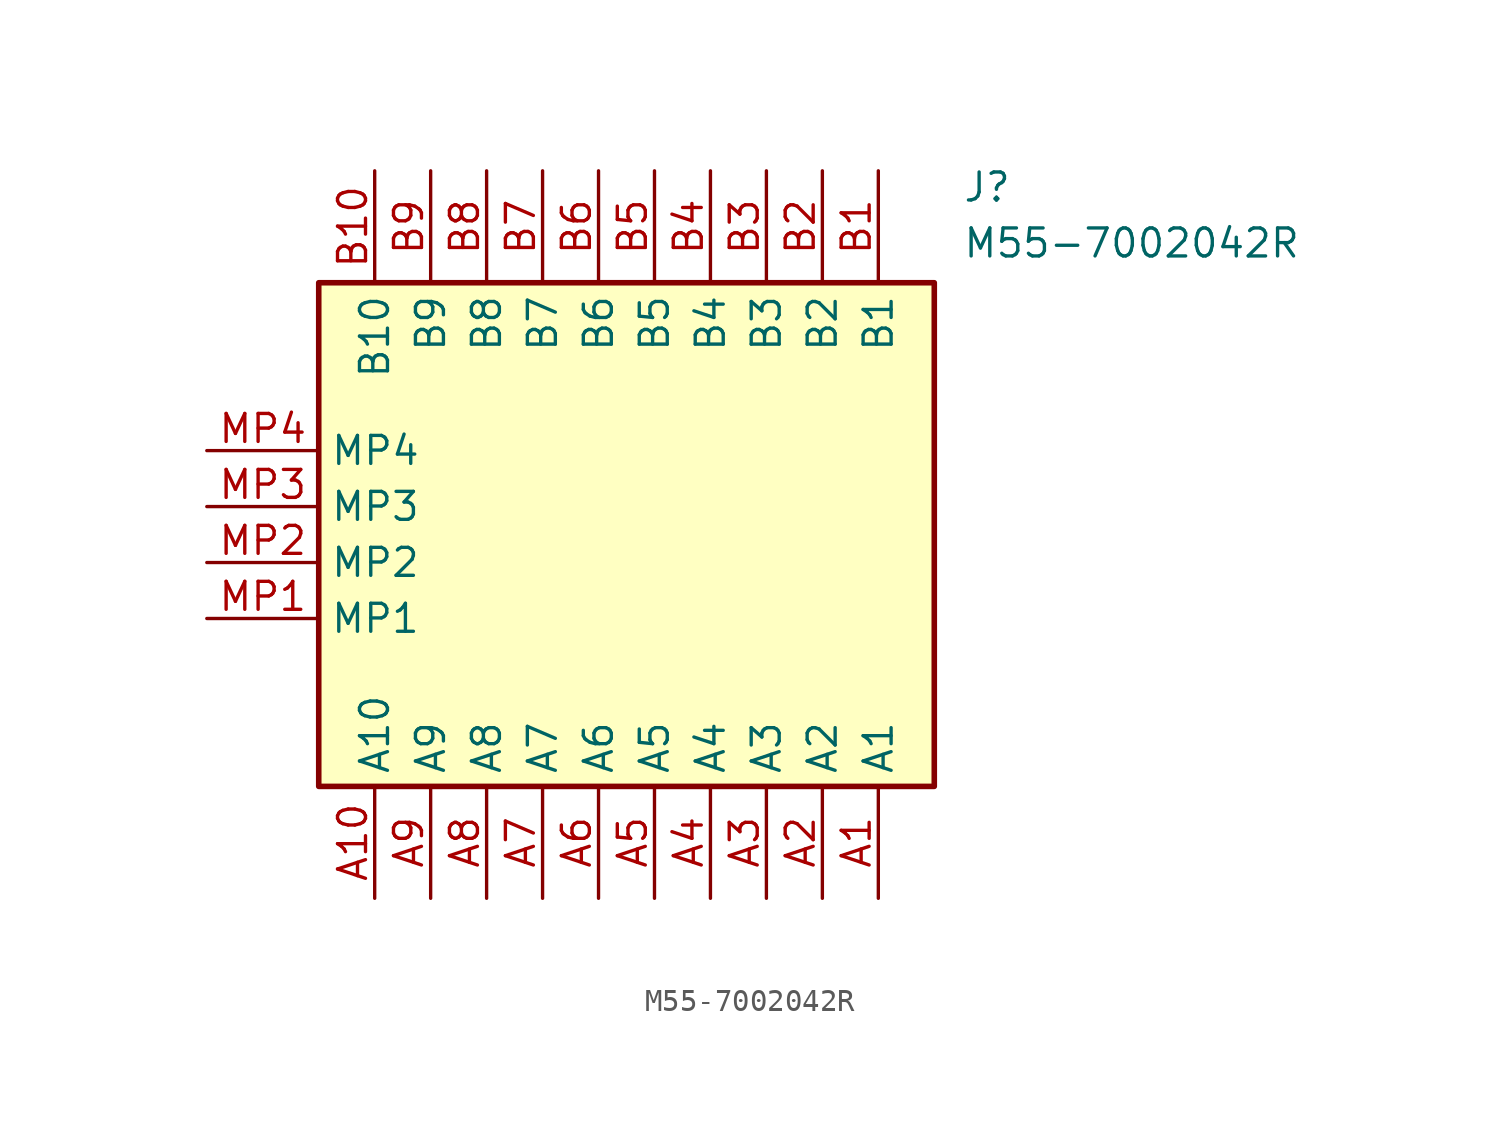
<source format=kicad_sym>
(kicad_symbol_lib
  (version 20230620)
  (generator kicad_symbol_editor)
  (symbol "M55-7002042R"
    (property "Reference" "J"
      (at 34.29 15.24 0)
      (effects (font (size 1.27 1.27)) (justify left top)))
    (property "Value" "M55-7002042R"
      (at 34.29 12.7 0)
      (effects (font (size 1.27 1.27)) (justify left top)))
    (symbol "M55-7002042R_1_1"
      (rectangle (start 5.08 10.16) (end 33.02 -12.7) (stroke (width 0.254) (type default)) (fill (type background)))
      (pin passive line (at 30.48 -17.78 90) (length 5.08) (name "A1" (effects (font (size 1.27 1.27)))) (number "A1" (effects (font (size 1.27 1.27)))))
      (pin passive line (at 7.62 -17.78 90) (length 5.08) (name "A10" (effects (font (size 1.27 1.27)))) (number "A10" (effects (font (size 1.27 1.27)))))
      (pin passive line (at 27.94 -17.78 90) (length 5.08) (name "A2" (effects (font (size 1.27 1.27)))) (number "A2" (effects (font (size 1.27 1.27)))))
      (pin passive line (at 25.4 -17.78 90) (length 5.08) (name "A3" (effects (font (size 1.27 1.27)))) (number "A3" (effects (font (size 1.27 1.27)))))
      (pin passive line (at 22.86 -17.78 90) (length 5.08) (name "A4" (effects (font (size 1.27 1.27)))) (number "A4" (effects (font (size 1.27 1.27)))))
      (pin passive line (at 20.32 -17.78 90) (length 5.08) (name "A5" (effects (font (size 1.27 1.27)))) (number "A5" (effects (font (size 1.27 1.27)))))
      (pin passive line (at 17.78 -17.78 90) (length 5.08) (name "A6" (effects (font (size 1.27 1.27)))) (number "A6" (effects (font (size 1.27 1.27)))))
      (pin passive line (at 15.24 -17.78 90) (length 5.08) (name "A7" (effects (font (size 1.27 1.27)))) (number "A7" (effects (font (size 1.27 1.27)))))
      (pin passive line (at 12.7 -17.78 90) (length 5.08) (name "A8" (effects (font (size 1.27 1.27)))) (number "A8" (effects (font (size 1.27 1.27)))))
      (pin passive line (at 10.16 -17.78 90) (length 5.08) (name "A9" (effects (font (size 1.27 1.27)))) (number "A9" (effects (font (size 1.27 1.27)))))
      (pin passive line (at 30.48 15.24 270) (length 5.08) (name "B1" (effects (font (size 1.27 1.27)))) (number "B1" (effects (font (size 1.27 1.27)))))
      (pin passive line (at 7.62 15.24 270) (length 5.08) (name "B10" (effects (font (size 1.27 1.27)))) (number "B10" (effects (font (size 1.27 1.27)))))
      (pin passive line (at 27.94 15.24 270) (length 5.08) (name "B2" (effects (font (size 1.27 1.27)))) (number "B2" (effects (font (size 1.27 1.27)))))
      (pin passive line (at 25.4 15.24 270) (length 5.08) (name "B3" (effects (font (size 1.27 1.27)))) (number "B3" (effects (font (size 1.27 1.27)))))
      (pin passive line (at 22.86 15.24 270) (length 5.08) (name "B4" (effects (font (size 1.27 1.27)))) (number "B4" (effects (font (size 1.27 1.27)))))
      (pin passive line (at 20.32 15.24 270) (length 5.08) (name "B5" (effects (font (size 1.27 1.27)))) (number "B5" (effects (font (size 1.27 1.27)))))
      (pin passive line (at 17.78 15.24 270) (length 5.08) (name "B6" (effects (font (size 1.27 1.27)))) (number "B6" (effects (font (size 1.27 1.27)))))
      (pin passive line (at 15.24 15.24 270) (length 5.08) (name "B7" (effects (font (size 1.27 1.27)))) (number "B7" (effects (font (size 1.27 1.27)))))
      (pin passive line (at 12.7 15.24 270) (length 5.08) (name "B8" (effects (font (size 1.27 1.27)))) (number "B8" (effects (font (size 1.27 1.27)))))
      (pin passive line (at 10.16 15.24 270) (length 5.08) (name "B9" (effects (font (size 1.27 1.27)))) (number "B9" (effects (font (size 1.27 1.27)))))
      (pin passive line (at 0 -5.08 0) (length 5.08) (name "MP1" (effects (font (size 1.27 1.27)))) (number "MP1" (effects (font (size 1.27 1.27)))))
      (pin passive line (at 0 -2.54 0) (length 5.08) (name "MP2" (effects (font (size 1.27 1.27)))) (number "MP2" (effects (font (size 1.27 1.27)))))
      (pin passive line (at 0 0 0) (length 5.08) (name "MP3" (effects (font (size 1.27 1.27)))) (number "MP3" (effects (font (size 1.27 1.27)))))
      (pin passive line (at 0 2.54 0) (length 5.08) (name "MP4" (effects (font (size 1.27 1.27)))) (number "MP4" (effects (font (size 1.27 1.27))))))))
</source>
